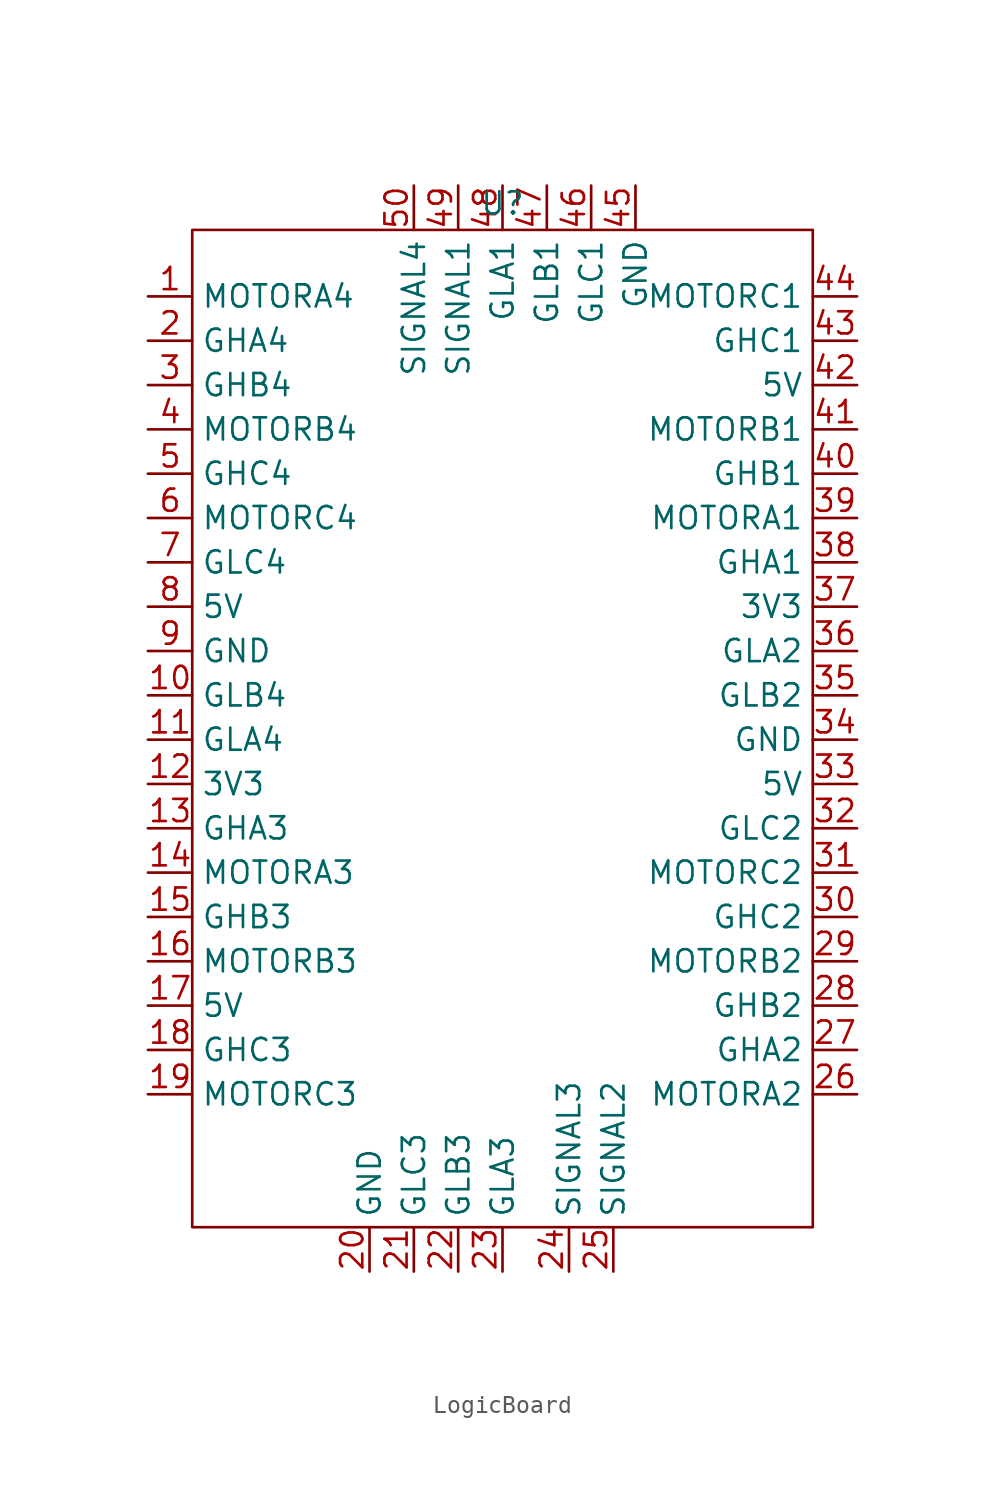
<source format=kicad_sym>
(kicad_symbol_lib
  (version 20241209)
  (generator "kicad_symbol_editor")
  (generator_version "9.0")
  (symbol "LogicBoard"
    (property "Reference" "U"
      (at 0 30.734 0)
      (effects (font (size 1.27 1.27))))
    (property "Value" ""
      (at 0 0 0)
      (effects (font (size 1.27 1.27))))
    (symbol "LogicBoard_0_1"
      (rectangle (start -17.78 29.21) (end 17.78 -27.94) (stroke (width 0) (type default)) (fill (type none))))
    (symbol "LogicBoard_1_1"
      (pin output line (at -20.32 25.4 0) (length 2.54) (name "MOTORA4" (effects (font (size 1.27 1.27)))) (number "1" (effects (font (size 1.27 1.27)))))
      (pin output line (at -20.32 22.86 0) (length 2.54) (name "GHA4" (effects (font (size 1.27 1.27)))) (number "2" (effects (font (size 1.27 1.27)))))
      (pin output line (at -20.32 20.32 0) (length 2.54) (name "GHB4" (effects (font (size 1.27 1.27)))) (number "3" (effects (font (size 1.27 1.27)))))
      (pin output line (at -20.32 17.78 0) (length 2.54) (name "MOTORB4" (effects (font (size 1.27 1.27)))) (number "4" (effects (font (size 1.27 1.27)))))
      (pin output line (at -20.32 15.24 0) (length 2.54) (name "GHC4" (effects (font (size 1.27 1.27)))) (number "5" (effects (font (size 1.27 1.27)))))
      (pin output line (at -20.32 12.7 0) (length 2.54) (name "MOTORC4" (effects (font (size 1.27 1.27)))) (number "6" (effects (font (size 1.27 1.27)))))
      (pin output line (at -20.32 10.16 0) (length 2.54) (name "GLC4" (effects (font (size 1.27 1.27)))) (number "7" (effects (font (size 1.27 1.27)))))
      (pin power_in line (at -20.32 7.62 0) (length 2.54) (name "5V" (effects (font (size 1.27 1.27)))) (number "8" (effects (font (size 1.27 1.27)))))
      (pin power_in line (at -20.32 5.08 0) (length 2.54) (name "GND" (effects (font (size 1.27 1.27)))) (number "9" (effects (font (size 1.27 1.27)))))
      (pin output line (at -20.32 2.54 0) (length 2.54) (name "GLB4" (effects (font (size 1.27 1.27)))) (number "10" (effects (font (size 1.27 1.27)))))
      (pin output line (at -20.32 0 0) (length 2.54) (name "GLA4" (effects (font (size 1.27 1.27)))) (number "11" (effects (font (size 1.27 1.27)))))
      (pin power_in line (at -20.32 -2.54 0) (length 2.54) (name "3V3" (effects (font (size 1.27 1.27)))) (number "12" (effects (font (size 1.27 1.27)))))
      (pin output line (at -20.32 -5.08 0) (length 2.54) (name "GHA3" (effects (font (size 1.27 1.27)))) (number "13" (effects (font (size 1.27 1.27)))))
      (pin output line (at -20.32 -7.62 0) (length 2.54) (name "MOTORA3" (effects (font (size 1.27 1.27)))) (number "14" (effects (font (size 1.27 1.27)))))
      (pin output line (at -20.32 -10.16 0) (length 2.54) (name "GHB3" (effects (font (size 1.27 1.27)))) (number "15" (effects (font (size 1.27 1.27)))))
      (pin output line (at -20.32 -12.7 0) (length 2.54) (name "MOTORB3" (effects (font (size 1.27 1.27)))) (number "16" (effects (font (size 1.27 1.27)))))
      (pin power_in line (at -20.32 -15.24 0) (length 2.54) (name "5V" (effects (font (size 1.27 1.27)))) (number "17" (effects (font (size 1.27 1.27)))))
      (pin output line (at -20.32 -17.78 0) (length 2.54) (name "GHC3" (effects (font (size 1.27 1.27)))) (number "18" (effects (font (size 1.27 1.27)))))
      (pin output line (at -20.32 -20.32 0) (length 2.54) (name "MOTORC3" (effects (font (size 1.27 1.27)))) (number "19" (effects (font (size 1.27 1.27)))))
      (pin power_in line (at -7.62 -30.48 90) (length 2.54) (name "GND" (effects (font (size 1.27 1.27)))) (number "20" (effects (font (size 1.27 1.27)))))
      (pin input line (at -5.08 31.75 270) (length 2.54) (name "SIGNAL4" (effects (font (size 1.27 1.27)))) (number "50" (effects (font (size 1.27 1.27)))))
      (pin output line (at -5.08 -30.48 90) (length 2.54) (name "GLC3" (effects (font (size 1.27 1.27)))) (number "21" (effects (font (size 1.27 1.27)))))
      (pin input line (at -2.54 31.75 270) (length 2.54) (name "SIGNAL1" (effects (font (size 1.27 1.27)))) (number "49" (effects (font (size 1.27 1.27)))))
      (pin output line (at -2.54 -30.48 90) (length 2.54) (name "GLB3" (effects (font (size 1.27 1.27)))) (number "22" (effects (font (size 1.27 1.27)))))
      (pin input line (at 0 31.75 270) (length 2.54) (name "GLA1" (effects (font (size 1.27 1.27)))) (number "48" (effects (font (size 1.27 1.27)))))
      (pin output line (at 0 -30.48 90) (length 2.54) (name "GLA3" (effects (font (size 1.27 1.27)))) (number "23" (effects (font (size 1.27 1.27)))))
      (pin output line (at 2.54 31.75 270) (length 2.54) (name "GLB1" (effects (font (size 1.27 1.27)))) (number "47" (effects (font (size 1.27 1.27)))))
      (pin input line (at 3.81 -30.48 90) (length 2.54) (name "SIGNAL3" (effects (font (size 1.27 1.27)))) (number "24" (effects (font (size 1.27 1.27)))))
      (pin output line (at 5.08 31.75 270) (length 2.54) (name "GLC1" (effects (font (size 1.27 1.27)))) (number "46" (effects (font (size 1.27 1.27)))))
      (pin input line (at 6.35 -30.48 90) (length 2.54) (name "SIGNAL2" (effects (font (size 1.27 1.27)))) (number "25" (effects (font (size 1.27 1.27)))))
      (pin power_in line (at 7.62 31.75 270) (length 2.54) (name "GND" (effects (font (size 1.27 1.27)))) (number "45" (effects (font (size 1.27 1.27)))))
      (pin output line (at 20.32 25.4 180) (length 2.54) (name "MOTORC1" (effects (font (size 1.27 1.27)))) (number "44" (effects (font (size 1.27 1.27)))))
      (pin output line (at 20.32 22.86 180) (length 2.54) (name "GHC1" (effects (font (size 1.27 1.27)))) (number "43" (effects (font (size 1.27 1.27)))))
      (pin power_in line (at 20.32 20.32 180) (length 2.54) (name "5V" (effects (font (size 1.27 1.27)))) (number "42" (effects (font (size 1.27 1.27)))))
      (pin output line (at 20.32 17.78 180) (length 2.54) (name "MOTORB1" (effects (font (size 1.27 1.27)))) (number "41" (effects (font (size 1.27 1.27)))))
      (pin output line (at 20.32 15.24 180) (length 2.54) (name "GHB1" (effects (font (size 1.27 1.27)))) (number "40" (effects (font (size 1.27 1.27)))))
      (pin output line (at 20.32 12.7 180) (length 2.54) (name "MOTORA1" (effects (font (size 1.27 1.27)))) (number "39" (effects (font (size 1.27 1.27)))))
      (pin output line (at 20.32 10.16 180) (length 2.54) (name "GHA1" (effects (font (size 1.27 1.27)))) (number "38" (effects (font (size 1.27 1.27)))))
      (pin power_in line (at 20.32 7.62 180) (length 2.54) (name "3V3" (effects (font (size 1.27 1.27)))) (number "37" (effects (font (size 1.27 1.27)))))
      (pin output line (at 20.32 5.08 180) (length 2.54) (name "GLA2" (effects (font (size 1.27 1.27)))) (number "36" (effects (font (size 1.27 1.27)))))
      (pin output line (at 20.32 2.54 180) (length 2.54) (name "GLB2" (effects (font (size 1.27 1.27)))) (number "35" (effects (font (size 1.27 1.27)))))
      (pin power_in line (at 20.32 0 180) (length 2.54) (name "GND" (effects (font (size 1.27 1.27)))) (number "34" (effects (font (size 1.27 1.27)))))
      (pin power_in line (at 20.32 -2.54 180) (length 2.54) (name "5V" (effects (font (size 1.27 1.27)))) (number "33" (effects (font (size 1.27 1.27)))))
      (pin output line (at 20.32 -5.08 180) (length 2.54) (name "GLC2" (effects (font (size 1.27 1.27)))) (number "32" (effects (font (size 1.27 1.27)))))
      (pin output line (at 20.32 -7.62 180) (length 2.54) (name "MOTORC2" (effects (font (size 1.27 1.27)))) (number "31" (effects (font (size 1.27 1.27)))))
      (pin output line (at 20.32 -10.16 180) (length 2.54) (name "GHC2" (effects (font (size 1.27 1.27)))) (number "30" (effects (font (size 1.27 1.27)))))
      (pin output line (at 20.32 -12.7 180) (length 2.54) (name "MOTORB2" (effects (font (size 1.27 1.27)))) (number "29" (effects (font (size 1.27 1.27)))))
      (pin output line (at 20.32 -15.24 180) (length 2.54) (name "GHB2" (effects (font (size 1.27 1.27)))) (number "28" (effects (font (size 1.27 1.27)))))
      (pin output line (at 20.32 -17.78 180) (length 2.54) (name "GHA2" (effects (font (size 1.27 1.27)))) (number "27" (effects (font (size 1.27 1.27)))))
      (pin output line (at 20.32 -20.32 180) (length 2.54) (name "MOTORA2" (effects (font (size 1.27 1.27)))) (number "26" (effects (font (size 1.27 1.27))))))))
</source>
